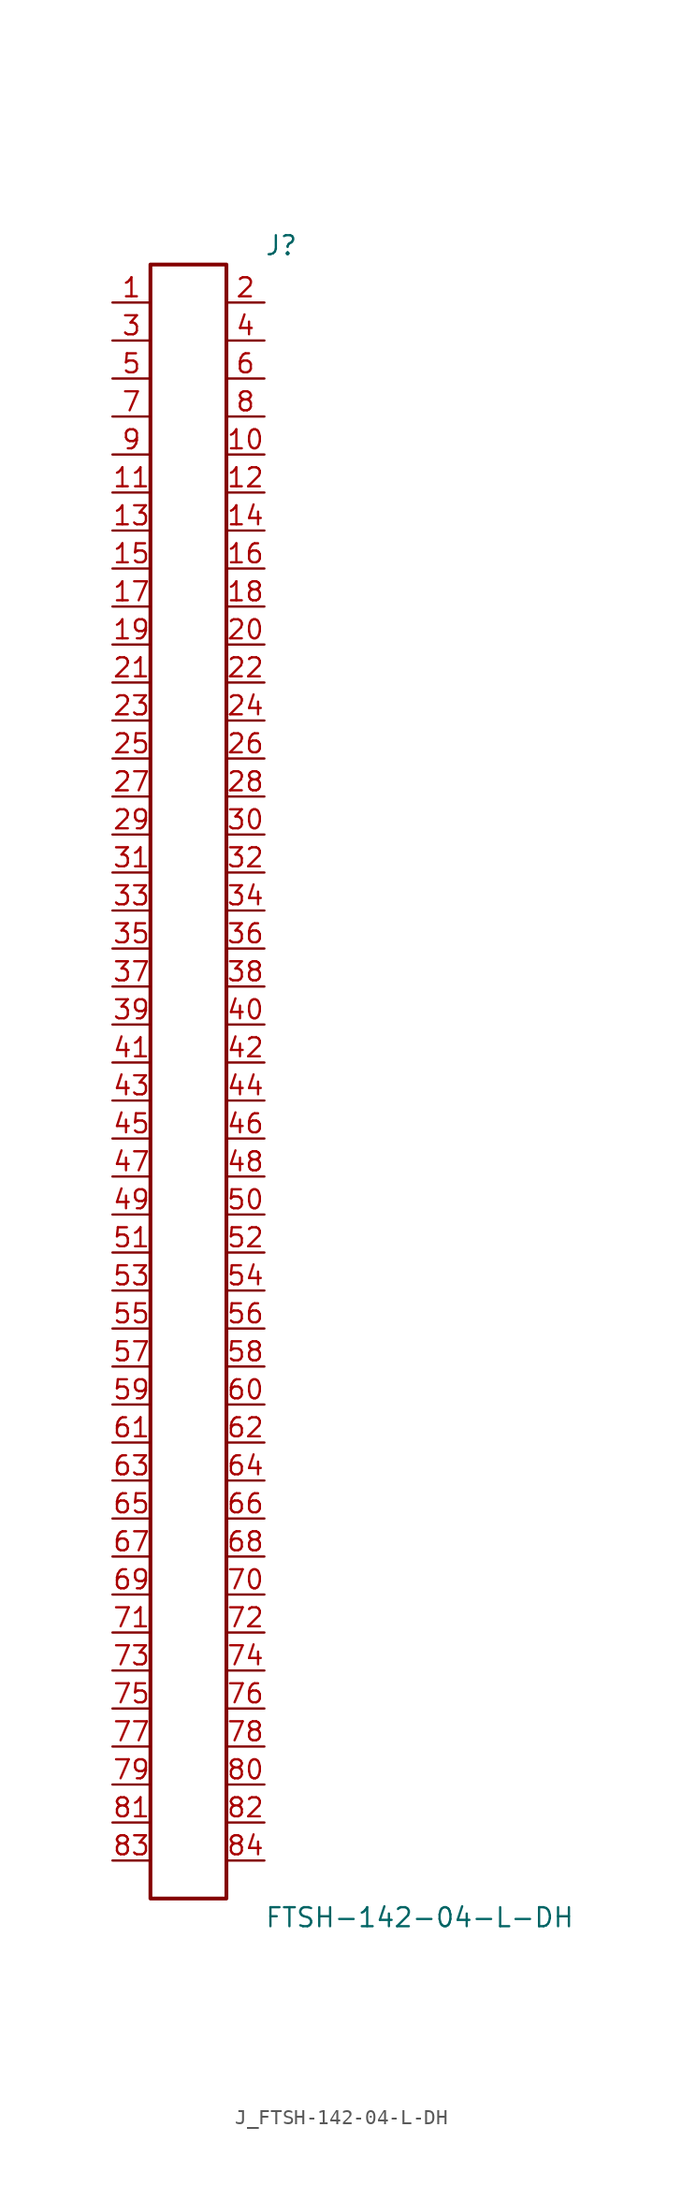
<source format=kicad_sym>
(kicad_symbol_lib
  (version 20231120)
  (generator kicad_symbol_editor)
  (generator_version 8.0)
  (symbol "J_FTSH-142-04-L-DH"
    (pin_names
      (offset 0.254))
    (property "Reference" "J"
      (at 5.08 55.88 0)
      (effects (font (size 1.27 1.27)) (justify left)))
    (property "Value" "FTSH-142-04-L-DH"
      (at 5.08 -55.88 0)
      (effects (font (size 1.27 1.27)) (justify left)))
    (symbol "J_FTSH-142-04-L-DH_0_0"
      (pin unspecified line (at -5.08 52.07 0) (length 2.54) (name "" (effects (font (size 1.27 1.27)))) (number "1" (effects (font (size 1.27 1.27)))))
      (pin unspecified line (at 5.08 52.07 180) (length 2.54) (name "" (effects (font (size 1.27 1.27)))) (number "2" (effects (font (size 1.27 1.27)))))
      (pin unspecified line (at -5.08 49.53 0) (length 2.54) (name "" (effects (font (size 1.27 1.27)))) (number "3" (effects (font (size 1.27 1.27)))))
      (pin unspecified line (at 5.08 49.53 180) (length 2.54) (name "" (effects (font (size 1.27 1.27)))) (number "4" (effects (font (size 1.27 1.27)))))
      (pin unspecified line (at -5.08 46.99 0) (length 2.54) (name "" (effects (font (size 1.27 1.27)))) (number "5" (effects (font (size 1.27 1.27)))))
      (pin unspecified line (at 5.08 46.99 180) (length 2.54) (name "" (effects (font (size 1.27 1.27)))) (number "6" (effects (font (size 1.27 1.27)))))
      (pin unspecified line (at -5.08 44.45 0) (length 2.54) (name "" (effects (font (size 1.27 1.27)))) (number "7" (effects (font (size 1.27 1.27)))))
      (pin unspecified line (at 5.08 44.45 180) (length 2.54) (name "" (effects (font (size 1.27 1.27)))) (number "8" (effects (font (size 1.27 1.27)))))
      (pin unspecified line (at -5.08 41.91 0) (length 2.54) (name "" (effects (font (size 1.27 1.27)))) (number "9" (effects (font (size 1.27 1.27)))))
      (pin unspecified line (at 5.08 41.91 180) (length 2.54) (name "" (effects (font (size 1.27 1.27)))) (number "10" (effects (font (size 1.27 1.27)))))
      (pin unspecified line (at -5.08 39.37 0) (length 2.54) (name "" (effects (font (size 1.27 1.27)))) (number "11" (effects (font (size 1.27 1.27)))))
      (pin unspecified line (at 5.08 39.37 180) (length 2.54) (name "" (effects (font (size 1.27 1.27)))) (number "12" (effects (font (size 1.27 1.27)))))
      (pin unspecified line (at -5.08 36.83 0) (length 2.54) (name "" (effects (font (size 1.27 1.27)))) (number "13" (effects (font (size 1.27 1.27)))))
      (pin unspecified line (at 5.08 36.83 180) (length 2.54) (name "" (effects (font (size 1.27 1.27)))) (number "14" (effects (font (size 1.27 1.27)))))
      (pin unspecified line (at -5.08 34.29 0) (length 2.54) (name "" (effects (font (size 1.27 1.27)))) (number "15" (effects (font (size 1.27 1.27)))))
      (pin unspecified line (at 5.08 34.29 180) (length 2.54) (name "" (effects (font (size 1.27 1.27)))) (number "16" (effects (font (size 1.27 1.27)))))
      (pin unspecified line (at -5.08 31.75 0) (length 2.54) (name "" (effects (font (size 1.27 1.27)))) (number "17" (effects (font (size 1.27 1.27)))))
      (pin unspecified line (at 5.08 31.75 180) (length 2.54) (name "" (effects (font (size 1.27 1.27)))) (number "18" (effects (font (size 1.27 1.27)))))
      (pin unspecified line (at -5.08 29.21 0) (length 2.54) (name "" (effects (font (size 1.27 1.27)))) (number "19" (effects (font (size 1.27 1.27)))))
      (pin unspecified line (at 5.08 29.21 180) (length 2.54) (name "" (effects (font (size 1.27 1.27)))) (number "20" (effects (font (size 1.27 1.27)))))
      (pin unspecified line (at -5.08 26.67 0) (length 2.54) (name "" (effects (font (size 1.27 1.27)))) (number "21" (effects (font (size 1.27 1.27)))))
      (pin unspecified line (at 5.08 26.67 180) (length 2.54) (name "" (effects (font (size 1.27 1.27)))) (number "22" (effects (font (size 1.27 1.27)))))
      (pin unspecified line (at -5.08 24.13 0) (length 2.54) (name "" (effects (font (size 1.27 1.27)))) (number "23" (effects (font (size 1.27 1.27)))))
      (pin unspecified line (at 5.08 24.13 180) (length 2.54) (name "" (effects (font (size 1.27 1.27)))) (number "24" (effects (font (size 1.27 1.27)))))
      (pin unspecified line (at -5.08 21.59 0) (length 2.54) (name "" (effects (font (size 1.27 1.27)))) (number "25" (effects (font (size 1.27 1.27)))))
      (pin unspecified line (at 5.08 21.59 180) (length 2.54) (name "" (effects (font (size 1.27 1.27)))) (number "26" (effects (font (size 1.27 1.27)))))
      (pin unspecified line (at -5.08 19.05 0) (length 2.54) (name "" (effects (font (size 1.27 1.27)))) (number "27" (effects (font (size 1.27 1.27)))))
      (pin unspecified line (at 5.08 19.05 180) (length 2.54) (name "" (effects (font (size 1.27 1.27)))) (number "28" (effects (font (size 1.27 1.27)))))
      (pin unspecified line (at -5.08 16.51 0) (length 2.54) (name "" (effects (font (size 1.27 1.27)))) (number "29" (effects (font (size 1.27 1.27)))))
      (pin unspecified line (at 5.08 16.51 180) (length 2.54) (name "" (effects (font (size 1.27 1.27)))) (number "30" (effects (font (size 1.27 1.27)))))
      (pin unspecified line (at -5.08 13.97 0) (length 2.54) (name "" (effects (font (size 1.27 1.27)))) (number "31" (effects (font (size 1.27 1.27)))))
      (pin unspecified line (at 5.08 13.97 180) (length 2.54) (name "" (effects (font (size 1.27 1.27)))) (number "32" (effects (font (size 1.27 1.27)))))
      (pin unspecified line (at -5.08 11.43 0) (length 2.54) (name "" (effects (font (size 1.27 1.27)))) (number "33" (effects (font (size 1.27 1.27)))))
      (pin unspecified line (at 5.08 11.43 180) (length 2.54) (name "" (effects (font (size 1.27 1.27)))) (number "34" (effects (font (size 1.27 1.27)))))
      (pin unspecified line (at -5.08 8.89 0) (length 2.54) (name "" (effects (font (size 1.27 1.27)))) (number "35" (effects (font (size 1.27 1.27)))))
      (pin unspecified line (at 5.08 8.89 180) (length 2.54) (name "" (effects (font (size 1.27 1.27)))) (number "36" (effects (font (size 1.27 1.27)))))
      (pin unspecified line (at -5.08 6.35 0) (length 2.54) (name "" (effects (font (size 1.27 1.27)))) (number "37" (effects (font (size 1.27 1.27)))))
      (pin unspecified line (at 5.08 6.35 180) (length 2.54) (name "" (effects (font (size 1.27 1.27)))) (number "38" (effects (font (size 1.27 1.27)))))
      (pin unspecified line (at -5.08 3.81 0) (length 2.54) (name "" (effects (font (size 1.27 1.27)))) (number "39" (effects (font (size 1.27 1.27)))))
      (pin unspecified line (at 5.08 3.81 180) (length 2.54) (name "" (effects (font (size 1.27 1.27)))) (number "40" (effects (font (size 1.27 1.27)))))
      (pin unspecified line (at -5.08 1.27 0) (length 2.54) (name "" (effects (font (size 1.27 1.27)))) (number "41" (effects (font (size 1.27 1.27)))))
      (pin unspecified line (at 5.08 1.27 180) (length 2.54) (name "" (effects (font (size 1.27 1.27)))) (number "42" (effects (font (size 1.27 1.27)))))
      (pin unspecified line (at -5.08 -1.27 0) (length 2.54) (name "" (effects (font (size 1.27 1.27)))) (number "43" (effects (font (size 1.27 1.27)))))
      (pin unspecified line (at 5.08 -1.27 180) (length 2.54) (name "" (effects (font (size 1.27 1.27)))) (number "44" (effects (font (size 1.27 1.27)))))
      (pin unspecified line (at -5.08 -3.81 0) (length 2.54) (name "" (effects (font (size 1.27 1.27)))) (number "45" (effects (font (size 1.27 1.27)))))
      (pin unspecified line (at 5.08 -3.81 180) (length 2.54) (name "" (effects (font (size 1.27 1.27)))) (number "46" (effects (font (size 1.27 1.27)))))
      (pin unspecified line (at -5.08 -6.35 0) (length 2.54) (name "" (effects (font (size 1.27 1.27)))) (number "47" (effects (font (size 1.27 1.27)))))
      (pin unspecified line (at 5.08 -6.35 180) (length 2.54) (name "" (effects (font (size 1.27 1.27)))) (number "48" (effects (font (size 1.27 1.27)))))
      (pin unspecified line (at -5.08 -8.89 0) (length 2.54) (name "" (effects (font (size 1.27 1.27)))) (number "49" (effects (font (size 1.27 1.27)))))
      (pin unspecified line (at 5.08 -8.89 180) (length 2.54) (name "" (effects (font (size 1.27 1.27)))) (number "50" (effects (font (size 1.27 1.27)))))
      (pin unspecified line (at -5.08 -11.43 0) (length 2.54) (name "" (effects (font (size 1.27 1.27)))) (number "51" (effects (font (size 1.27 1.27)))))
      (pin unspecified line (at 5.08 -11.43 180) (length 2.54) (name "" (effects (font (size 1.27 1.27)))) (number "52" (effects (font (size 1.27 1.27)))))
      (pin unspecified line (at -5.08 -13.97 0) (length 2.54) (name "" (effects (font (size 1.27 1.27)))) (number "53" (effects (font (size 1.27 1.27)))))
      (pin unspecified line (at 5.08 -13.97 180) (length 2.54) (name "" (effects (font (size 1.27 1.27)))) (number "54" (effects (font (size 1.27 1.27)))))
      (pin unspecified line (at -5.08 -16.51 0) (length 2.54) (name "" (effects (font (size 1.27 1.27)))) (number "55" (effects (font (size 1.27 1.27)))))
      (pin unspecified line (at 5.08 -16.51 180) (length 2.54) (name "" (effects (font (size 1.27 1.27)))) (number "56" (effects (font (size 1.27 1.27)))))
      (pin unspecified line (at -5.08 -19.05 0) (length 2.54) (name "" (effects (font (size 1.27 1.27)))) (number "57" (effects (font (size 1.27 1.27)))))
      (pin unspecified line (at 5.08 -19.05 180) (length 2.54) (name "" (effects (font (size 1.27 1.27)))) (number "58" (effects (font (size 1.27 1.27)))))
      (pin unspecified line (at -5.08 -21.59 0) (length 2.54) (name "" (effects (font (size 1.27 1.27)))) (number "59" (effects (font (size 1.27 1.27)))))
      (pin unspecified line (at 5.08 -21.59 180) (length 2.54) (name "" (effects (font (size 1.27 1.27)))) (number "60" (effects (font (size 1.27 1.27)))))
      (pin unspecified line (at -5.08 -24.13 0) (length 2.54) (name "" (effects (font (size 1.27 1.27)))) (number "61" (effects (font (size 1.27 1.27)))))
      (pin unspecified line (at 5.08 -24.13 180) (length 2.54) (name "" (effects (font (size 1.27 1.27)))) (number "62" (effects (font (size 1.27 1.27)))))
      (pin unspecified line (at -5.08 -26.67 0) (length 2.54) (name "" (effects (font (size 1.27 1.27)))) (number "63" (effects (font (size 1.27 1.27)))))
      (pin unspecified line (at 5.08 -26.67 180) (length 2.54) (name "" (effects (font (size 1.27 1.27)))) (number "64" (effects (font (size 1.27 1.27)))))
      (pin unspecified line (at -5.08 -29.21 0) (length 2.54) (name "" (effects (font (size 1.27 1.27)))) (number "65" (effects (font (size 1.27 1.27)))))
      (pin unspecified line (at 5.08 -29.21 180) (length 2.54) (name "" (effects (font (size 1.27 1.27)))) (number "66" (effects (font (size 1.27 1.27)))))
      (pin unspecified line (at -5.08 -31.75 0) (length 2.54) (name "" (effects (font (size 1.27 1.27)))) (number "67" (effects (font (size 1.27 1.27)))))
      (pin unspecified line (at 5.08 -31.75 180) (length 2.54) (name "" (effects (font (size 1.27 1.27)))) (number "68" (effects (font (size 1.27 1.27)))))
      (pin unspecified line (at -5.08 -34.29 0) (length 2.54) (name "" (effects (font (size 1.27 1.27)))) (number "69" (effects (font (size 1.27 1.27)))))
      (pin unspecified line (at 5.08 -34.29 180) (length 2.54) (name "" (effects (font (size 1.27 1.27)))) (number "70" (effects (font (size 1.27 1.27)))))
      (pin unspecified line (at -5.08 -36.83 0) (length 2.54) (name "" (effects (font (size 1.27 1.27)))) (number "71" (effects (font (size 1.27 1.27)))))
      (pin unspecified line (at 5.08 -36.83 180) (length 2.54) (name "" (effects (font (size 1.27 1.27)))) (number "72" (effects (font (size 1.27 1.27)))))
      (pin unspecified line (at -5.08 -39.37 0) (length 2.54) (name "" (effects (font (size 1.27 1.27)))) (number "73" (effects (font (size 1.27 1.27)))))
      (pin unspecified line (at 5.08 -39.37 180) (length 2.54) (name "" (effects (font (size 1.27 1.27)))) (number "74" (effects (font (size 1.27 1.27)))))
      (pin unspecified line (at -5.08 -41.91 0) (length 2.54) (name "" (effects (font (size 1.27 1.27)))) (number "75" (effects (font (size 1.27 1.27)))))
      (pin unspecified line (at 5.08 -41.91 180) (length 2.54) (name "" (effects (font (size 1.27 1.27)))) (number "76" (effects (font (size 1.27 1.27)))))
      (pin unspecified line (at -5.08 -44.45 0) (length 2.54) (name "" (effects (font (size 1.27 1.27)))) (number "77" (effects (font (size 1.27 1.27)))))
      (pin unspecified line (at 5.08 -44.45 180) (length 2.54) (name "" (effects (font (size 1.27 1.27)))) (number "78" (effects (font (size 1.27 1.27)))))
      (pin unspecified line (at -5.08 -46.99 0) (length 2.54) (name "" (effects (font (size 1.27 1.27)))) (number "79" (effects (font (size 1.27 1.27)))))
      (pin unspecified line (at 5.08 -46.99 180) (length 2.54) (name "" (effects (font (size 1.27 1.27)))) (number "80" (effects (font (size 1.27 1.27)))))
      (pin unspecified line (at -5.08 -49.53 0) (length 2.54) (name "" (effects (font (size 1.27 1.27)))) (number "81" (effects (font (size 1.27 1.27)))))
      (pin unspecified line (at 5.08 -49.53 180) (length 2.54) (name "" (effects (font (size 1.27 1.27)))) (number "82" (effects (font (size 1.27 1.27)))))
      (pin unspecified line (at -5.08 -52.07 0) (length 2.54) (name "" (effects (font (size 1.27 1.27)))) (number "83" (effects (font (size 1.27 1.27)))))
      (pin unspecified line (at 5.08 -52.07 180) (length 2.54) (name "" (effects (font (size 1.27 1.27)))) (number "84" (effects (font (size 1.27 1.27))))))
    (symbol "J_FTSH-142-04-L-DH_1_0"
      (rectangle (start -2.54 54.61) (end 2.54 -54.61) (stroke (width 0.254) (type solid)) (fill (type none))))))
</source>
